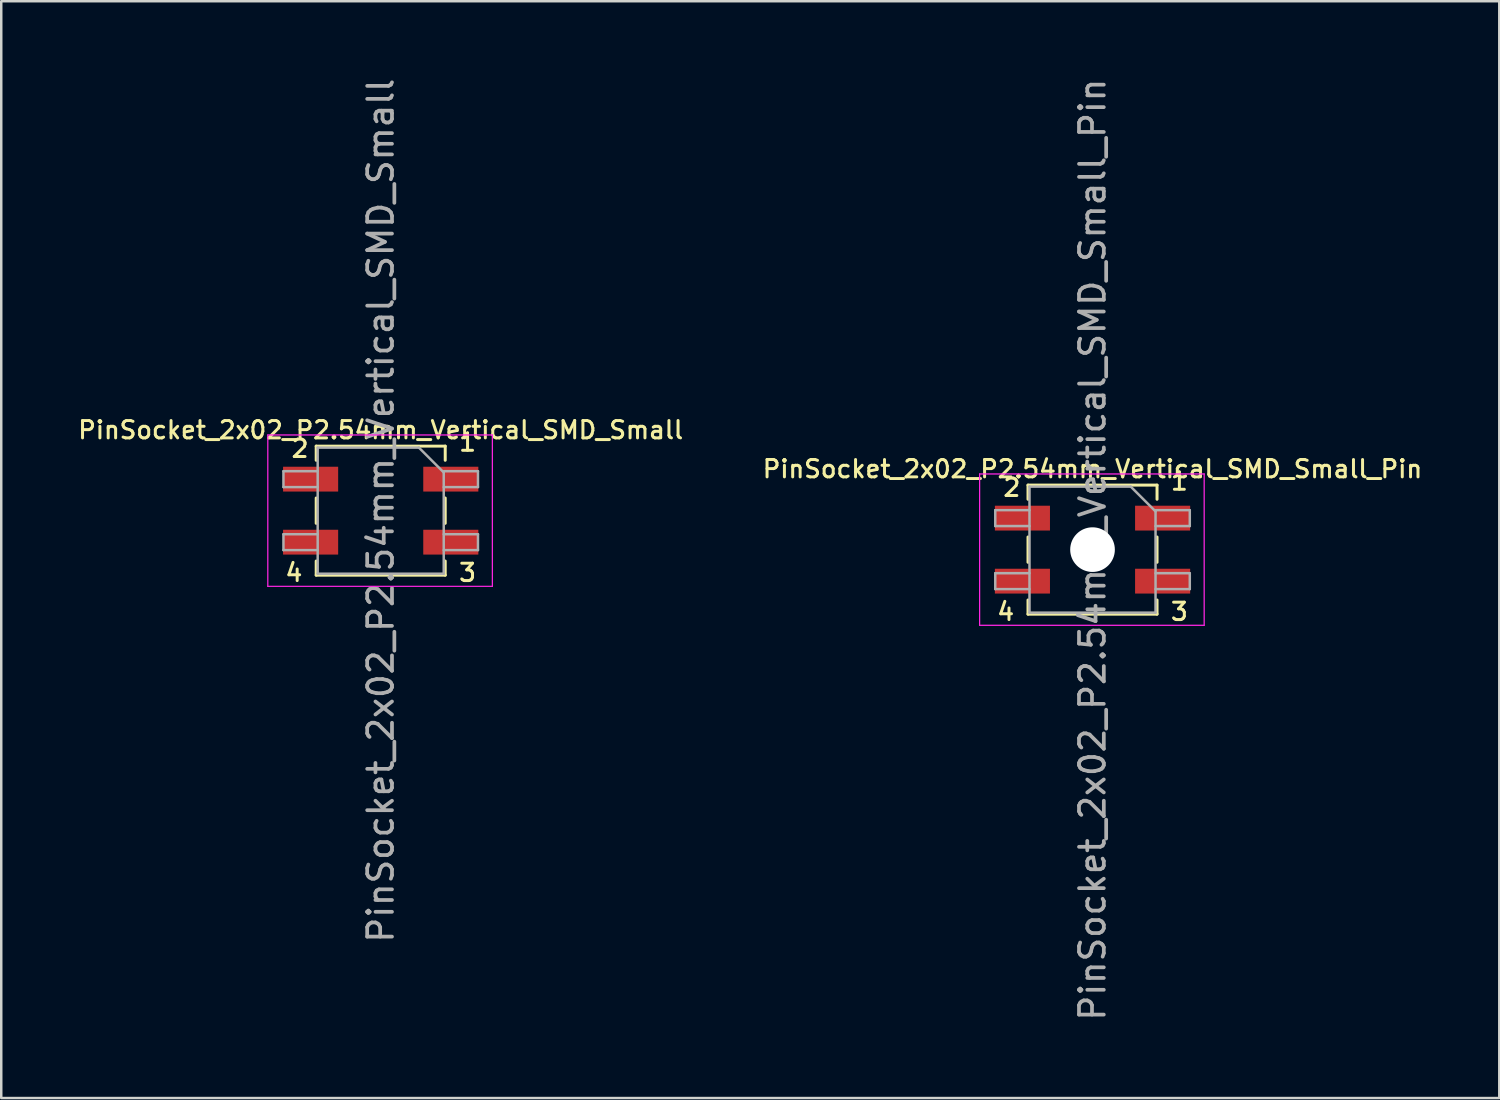
<source format=kicad_pcb>
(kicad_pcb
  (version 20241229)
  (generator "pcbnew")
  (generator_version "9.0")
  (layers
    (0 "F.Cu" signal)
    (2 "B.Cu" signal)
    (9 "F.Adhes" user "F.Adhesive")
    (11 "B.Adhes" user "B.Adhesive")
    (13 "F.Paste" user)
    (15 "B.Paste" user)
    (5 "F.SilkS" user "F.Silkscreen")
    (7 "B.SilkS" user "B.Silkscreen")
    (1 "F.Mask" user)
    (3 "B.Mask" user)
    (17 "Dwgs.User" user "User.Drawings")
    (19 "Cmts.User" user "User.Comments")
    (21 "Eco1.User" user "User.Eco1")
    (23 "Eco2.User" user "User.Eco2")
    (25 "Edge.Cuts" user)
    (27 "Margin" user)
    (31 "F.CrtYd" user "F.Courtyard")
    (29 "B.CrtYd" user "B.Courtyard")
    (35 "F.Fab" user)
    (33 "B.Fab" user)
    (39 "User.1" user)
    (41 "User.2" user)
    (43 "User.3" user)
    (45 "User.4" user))
  (footprint "PinSocket_2x02_P2.54mm_Vertical_SMD_Small"
    (layer "F.Cu")
    (at 12.293 17.53)
    (property "Reference" "PinSocket_2x02_P2.54mm_Vertical_SMD_Small" (at 0 -3.25 0) (layer "F.SilkS") (effects (font (size 0.7 0.7) (thickness 0.12))))
    (attr smd)
    (fp_line (start -2.6 -2.6) (end -2.6 -2.03) (stroke (width 0.12) (type solid)) (layer "F.SilkS"))
    (fp_line (start -2.6 -2.6) (end 2.6 -2.6) (stroke (width 0.12) (type solid)) (layer "F.SilkS"))
    (fp_line (start -2.6 -0.51) (end -2.6 0.51) (stroke (width 0.12) (type solid)) (layer "F.SilkS"))
    (fp_line (start -2.6 2.03) (end -2.6 2.6) (stroke (width 0.12) (type solid)) (layer "F.SilkS"))
    (fp_line (start -2.6 2.6) (end 2.6 2.6) (stroke (width 0.12) (type solid)) (layer "F.SilkS"))
    (fp_line (start 2.6 -2.6) (end 2.6 -2.03) (stroke (width 0.12) (type solid)) (layer "F.SilkS"))
    (fp_line (start 2.6 -0.51) (end 2.6 0.51) (stroke (width 0.12) (type solid)) (layer "F.SilkS"))
    (fp_line (start 2.6 2.03) (end 2.6 2.6) (stroke (width 0.12) (type solid)) (layer "F.SilkS"))
    (fp_line (start -4.55 -3.05) (end 4.5 -3.05) (stroke (width 0.05) (type solid)) (layer "F.CrtYd"))
    (fp_line (start -4.55 3.05) (end -4.55 -3.05) (stroke (width 0.05) (type solid)) (layer "F.CrtYd"))
    (fp_line (start 4.5 -3.05) (end 4.5 3.05) (stroke (width 0.05) (type solid)) (layer "F.CrtYd"))
    (fp_line (start 4.5 3.05) (end -4.55 3.05) (stroke (width 0.05) (type solid)) (layer "F.CrtYd"))
    (fp_line (start -3.92 -1.59) (end -2.54 -1.59) (stroke (width 0.1) (type solid)) (layer "F.Fab"))
    (fp_line (start -3.92 -0.95) (end -3.92 -1.59) (stroke (width 0.1) (type solid)) (layer "F.Fab"))
    (fp_line (start -3.92 0.95) (end -2.54 0.95) (stroke (width 0.1) (type solid)) (layer "F.Fab"))
    (fp_line (start -3.92 1.59) (end -3.92 0.95) (stroke (width 0.1) (type solid)) (layer "F.Fab"))
    (fp_line (start -2.54 -2.54) (end 1.54 -2.54) (stroke (width 0.1) (type solid)) (layer "F.Fab"))
    (fp_line (start -2.54 -0.95) (end -3.92 -0.95) (stroke (width 0.1) (type solid)) (layer "F.Fab"))
    (fp_line (start -2.54 1.59) (end -3.92 1.59) (stroke (width 0.1) (type solid)) (layer "F.Fab"))
    (fp_line (start -2.54 2.54) (end -2.54 -2.54) (stroke (width 0.1) (type solid)) (layer "F.Fab"))
    (fp_line (start 1.54 -2.54) (end 2.54 -1.54) (stroke (width 0.1) (type solid)) (layer "F.Fab"))
    (fp_line (start 2.54 -1.59) (end 3.92 -1.59) (stroke (width 0.1) (type solid)) (layer "F.Fab"))
    (fp_line (start 2.54 -1.54) (end 2.54 2.54) (stroke (width 0.1) (type solid)) (layer "F.Fab"))
    (fp_line (start 2.54 0.95) (end 3.92 0.95) (stroke (width 0.1) (type solid)) (layer "F.Fab"))
    (fp_line (start 2.54 2.54) (end -2.54 2.54) (stroke (width 0.1) (type solid)) (layer "F.Fab"))
    (fp_line (start 3.92 -1.59) (end 3.92 -0.95) (stroke (width 0.1) (type solid)) (layer "F.Fab"))
    (fp_line (start 3.92 -0.95) (end 2.54 -0.95) (stroke (width 0.1) (type solid)) (layer "F.Fab"))
    (fp_line (start 3.92 0.95) (end 3.92 1.59) (stroke (width 0.1) (type solid)) (layer "F.Fab"))
    (fp_line (start 3.92 1.59) (end 2.54 1.59) (stroke (width 0.1) (type solid)) (layer "F.Fab"))
    (fp_text user "1" (at 3.5 -2.75 0) (layer "F.SilkS") (effects (font (size 0.7 0.7) (thickness 0.12))))
    (fp_text user "4" (at -3.5 2.5 0) (layer "F.SilkS") (effects (font (size 0.7 0.7) (thickness 0.12))))
    (fp_text user "3" (at 3.5 2.5 0) (layer "F.SilkS") (effects (font (size 0.7 0.7) (thickness 0.12))))
    (fp_text user "2" (at -3.25 -2.5 0) (layer "F.SilkS") (effects (font (size 0.7 0.7) (thickness 0.12))))
    (fp_text user "${REFERENCE}" (at 0 0 90) (layer "F.Fab") (effects (font (size 1 1) (thickness 0.15))))
    (pad "1" smd rect (at 2.825 -1.27) (size 2.22 1) (layers "F.Cu" "F.Mask" "F.Paste"))
    (pad "2" smd rect (at -2.825 -1.27) (size 2.22 1) (layers "F.Cu" "F.Mask" "F.Paste"))
    (pad "3" smd rect (at 2.825 1.27) (size 2.22 1) (layers "F.Cu" "F.Mask" "F.Paste"))
    (pad "4" smd rect (at -2.825 1.27) (size 2.22 1) (layers "F.Cu" "F.Mask" "F.Paste")))
  (footprint "PinSocket_2x02_P2.54mm_Vertical_SMD_Small_Pin"
    (layer "F.Cu")
    (at 40.98 19.101)
    (property "Reference" "PinSocket_2x02_P2.54mm_Vertical_SMD_Small_Pin" (at 0 -3.25 0) (layer "F.SilkS") (effects (font (size 0.7 0.7) (thickness 0.12))))
    (attr smd)
    (fp_line (start -2.6 -2.6) (end -2.6 -2.03) (stroke (width 0.12) (type solid)) (layer "F.SilkS"))
    (fp_line (start -2.6 -2.6) (end 2.6 -2.6) (stroke (width 0.12) (type solid)) (layer "F.SilkS"))
    (fp_line (start -2.6 -0.51) (end -2.6 0.51) (stroke (width 0.12) (type solid)) (layer "F.SilkS"))
    (fp_line (start -2.6 2.03) (end -2.6 2.6) (stroke (width 0.12) (type solid)) (layer "F.SilkS"))
    (fp_line (start -2.6 2.6) (end 2.6 2.6) (stroke (width 0.12) (type solid)) (layer "F.SilkS"))
    (fp_line (start 2.6 -2.6) (end 2.6 -2.03) (stroke (width 0.12) (type solid)) (layer "F.SilkS"))
    (fp_line (start 2.6 -0.51) (end 2.6 0.51) (stroke (width 0.12) (type solid)) (layer "F.SilkS"))
    (fp_line (start 2.6 2.03) (end 2.6 2.6) (stroke (width 0.12) (type solid)) (layer "F.SilkS"))
    (fp_line (start -4.55 -3.05) (end 4.5 -3.05) (stroke (width 0.05) (type solid)) (layer "F.CrtYd"))
    (fp_line (start -4.55 3.05) (end -4.55 -3.05) (stroke (width 0.05) (type solid)) (layer "F.CrtYd"))
    (fp_line (start 4.5 -3.05) (end 4.5 3.05) (stroke (width 0.05) (type solid)) (layer "F.CrtYd"))
    (fp_line (start 4.5 3.05) (end -4.55 3.05) (stroke (width 0.05) (type solid)) (layer "F.CrtYd"))
    (fp_line (start -3.92 -1.59) (end -2.54 -1.59) (stroke (width 0.1) (type solid)) (layer "F.Fab"))
    (fp_line (start -3.92 -0.95) (end -3.92 -1.59) (stroke (width 0.1) (type solid)) (layer "F.Fab"))
    (fp_line (start -3.92 0.95) (end -2.54 0.95) (stroke (width 0.1) (type solid)) (layer "F.Fab"))
    (fp_line (start -3.92 1.59) (end -3.92 0.95) (stroke (width 0.1) (type solid)) (layer "F.Fab"))
    (fp_line (start -2.54 -2.54) (end 1.54 -2.54) (stroke (width 0.1) (type solid)) (layer "F.Fab"))
    (fp_line (start -2.54 -0.95) (end -3.92 -0.95) (stroke (width 0.1) (type solid)) (layer "F.Fab"))
    (fp_line (start -2.54 1.59) (end -3.92 1.59) (stroke (width 0.1) (type solid)) (layer "F.Fab"))
    (fp_line (start -2.54 2.54) (end -2.54 -2.54) (stroke (width 0.1) (type solid)) (layer "F.Fab"))
    (fp_line (start 1.54 -2.54) (end 2.54 -1.54) (stroke (width 0.1) (type solid)) (layer "F.Fab"))
    (fp_line (start 2.54 -1.59) (end 3.92 -1.59) (stroke (width 0.1) (type solid)) (layer "F.Fab"))
    (fp_line (start 2.54 -1.54) (end 2.54 2.54) (stroke (width 0.1) (type solid)) (layer "F.Fab"))
    (fp_line (start 2.54 0.95) (end 3.92 0.95) (stroke (width 0.1) (type solid)) (layer "F.Fab"))
    (fp_line (start 2.54 2.54) (end -2.54 2.54) (stroke (width 0.1) (type solid)) (layer "F.Fab"))
    (fp_line (start 3.92 -1.59) (end 3.92 -0.95) (stroke (width 0.1) (type solid)) (layer "F.Fab"))
    (fp_line (start 3.92 -0.95) (end 2.54 -0.95) (stroke (width 0.1) (type solid)) (layer "F.Fab"))
    (fp_line (start 3.92 0.95) (end 3.92 1.59) (stroke (width 0.1) (type solid)) (layer "F.Fab"))
    (fp_line (start 3.92 1.59) (end 2.54 1.59) (stroke (width 0.1) (type solid)) (layer "F.Fab"))
    (fp_text user "2" (at -3.25 -2.5 0) (layer "F.SilkS") (effects (font (size 0.7 0.7) (thickness 0.12))))
    (fp_text user "1" (at 3.5 -2.75 0) (layer "F.SilkS") (effects (font (size 0.7 0.7) (thickness 0.12))))
    (fp_text user "3" (at 3.5 2.5 0) (layer "F.SilkS") (effects (font (size 0.7 0.7) (thickness 0.12))))
    (fp_text user "4" (at -3.5 2.5 0) (layer "F.SilkS") (effects (font (size 0.7 0.7) (thickness 0.12))))
    (fp_text user "${REFERENCE}" (at 0 0 90) (layer "F.Fab") (effects (font (size 1 1) (thickness 0.15))))
    (pad "" np_thru_hole circle (at 0 0) (size 1.8 1.8) (drill 1.8) (layers "*.Cu" "*.Mask"))
    (pad "1" smd rect (at 2.825 -1.27) (size 2.22 1) (layers "F.Cu" "F.Mask" "F.Paste"))
    (pad "2" smd rect (at -2.825 -1.27) (size 2.22 1) (layers "F.Cu" "F.Mask" "F.Paste"))
    (pad "3" smd rect (at 2.825 1.27) (size 2.22 1) (layers "F.Cu" "F.Mask" "F.Paste"))
    (pad "4" smd rect (at -2.825 1.27) (size 2.22 1) (layers "F.Cu" "F.Mask" "F.Paste")))
  (gr_rect
    (start -3 -3)
    (end 57.373 41.202)
    (stroke (width 0.1) (type default))
    (fill no)
    (layer "Edge.Cuts")))
</source>
